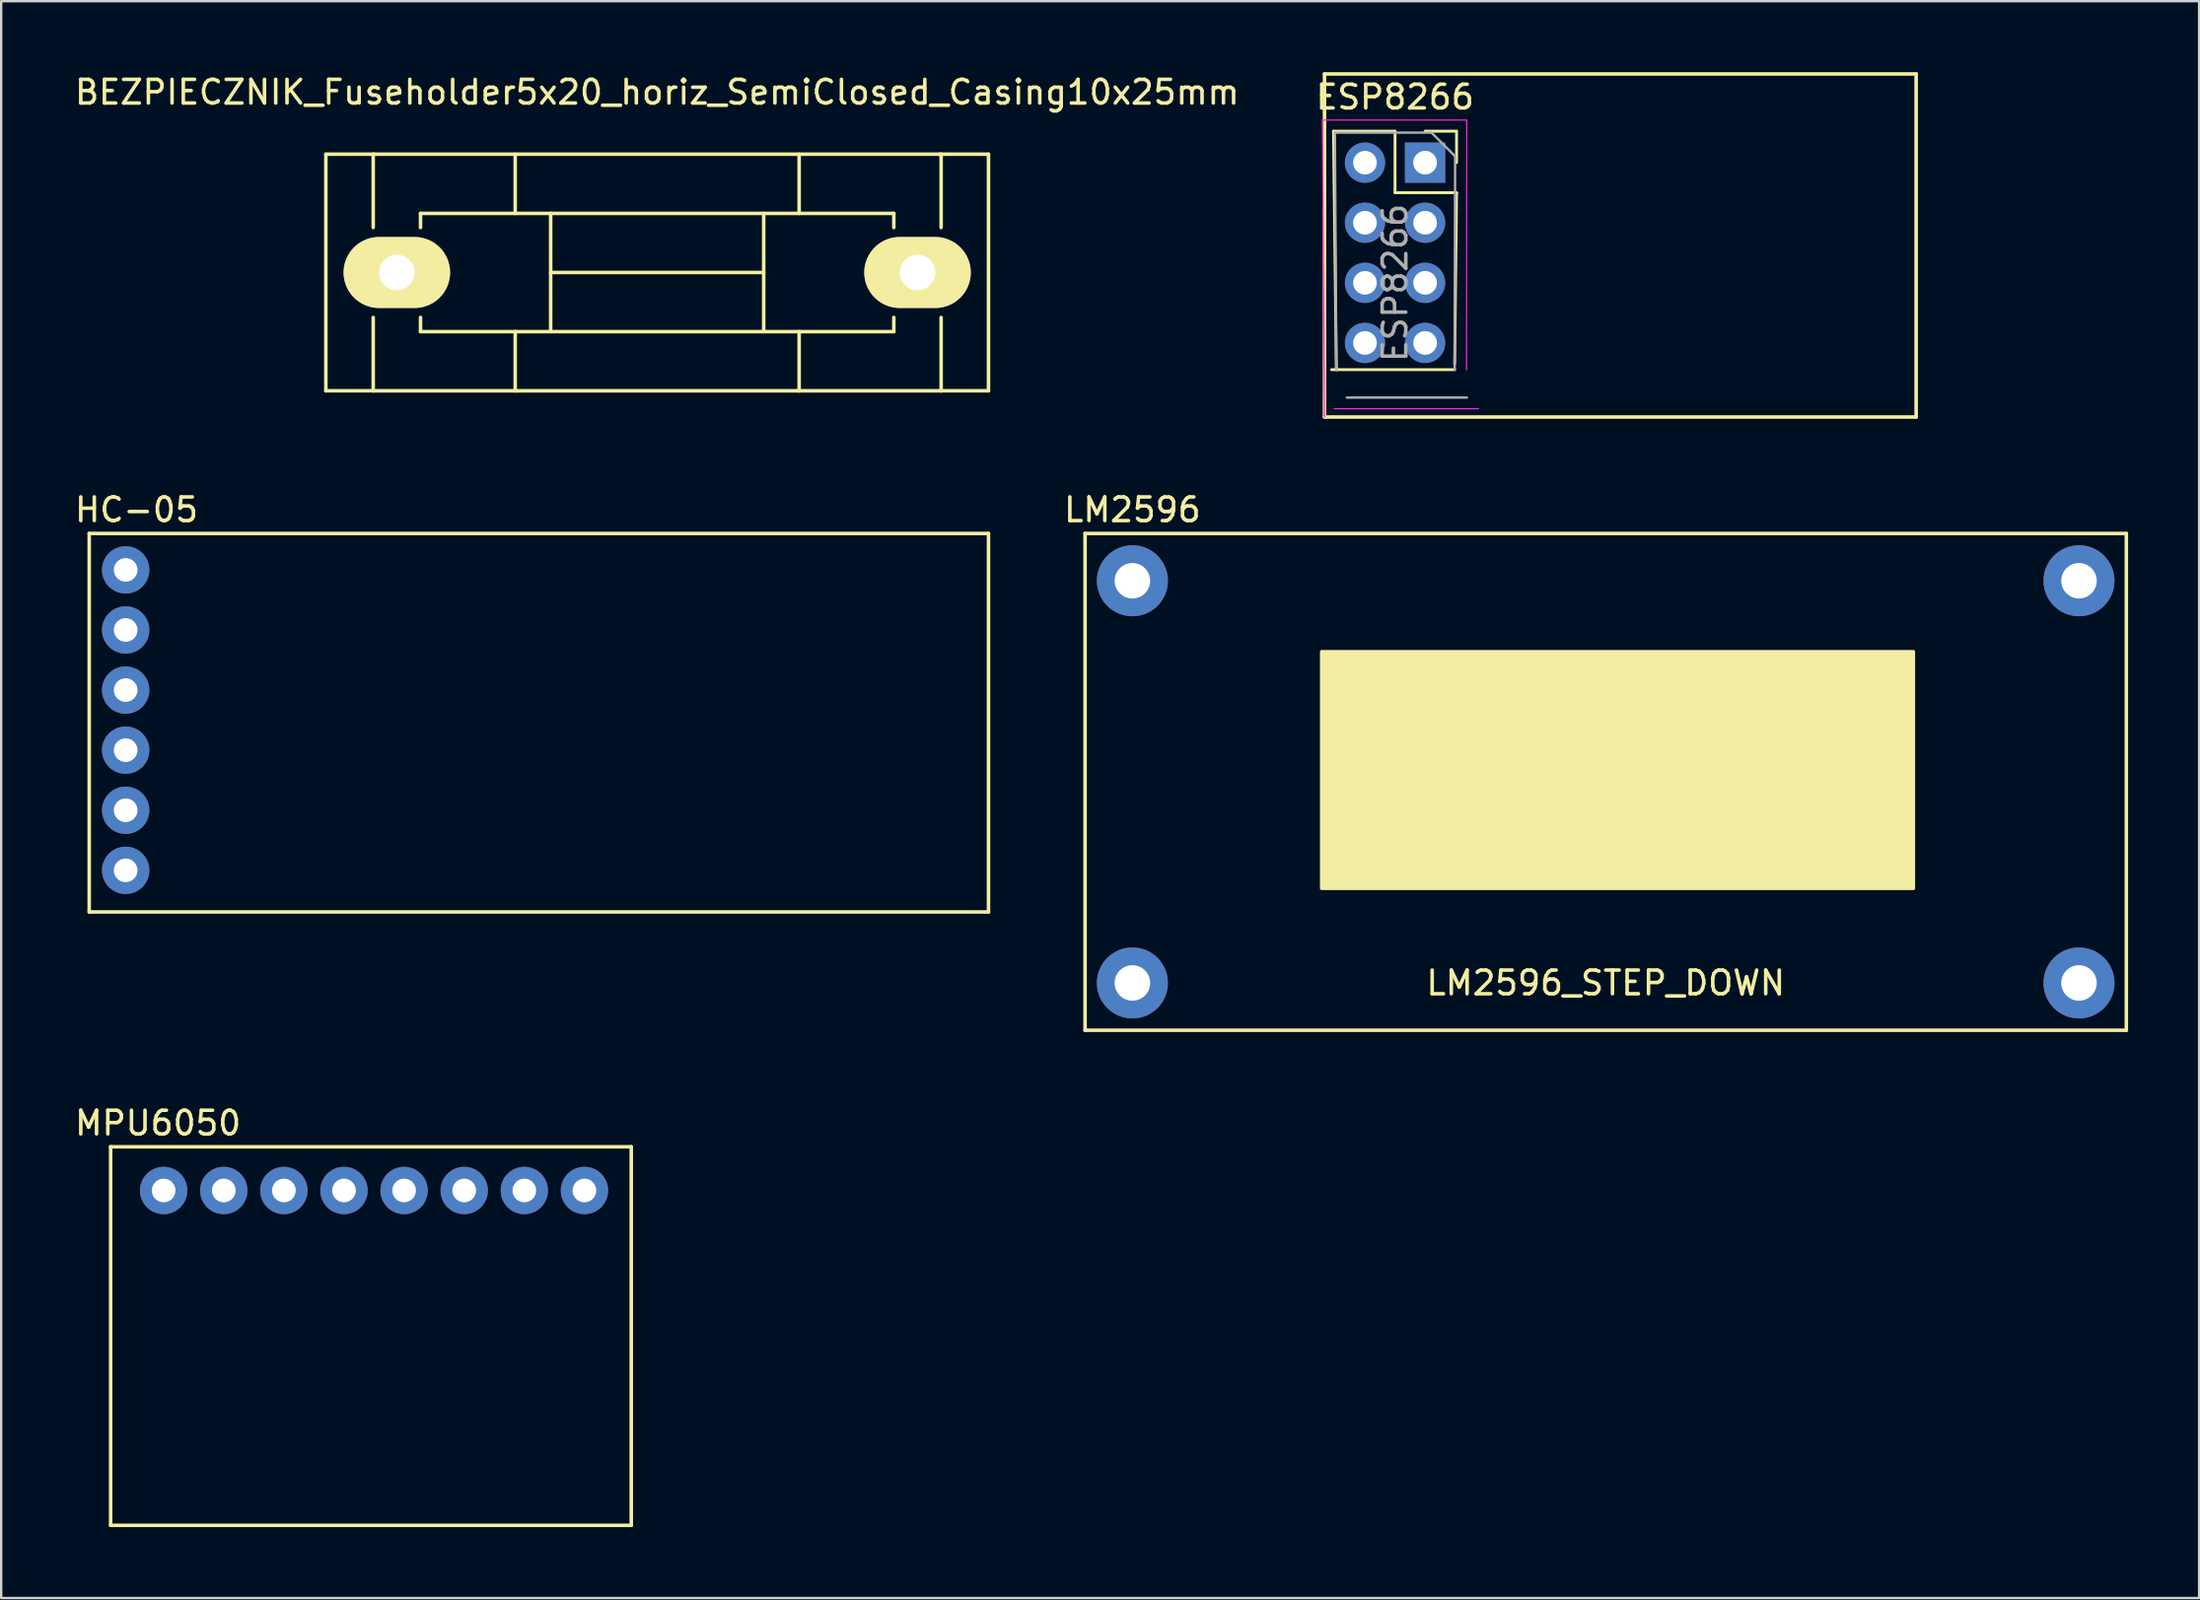
<source format=kicad_pcb>
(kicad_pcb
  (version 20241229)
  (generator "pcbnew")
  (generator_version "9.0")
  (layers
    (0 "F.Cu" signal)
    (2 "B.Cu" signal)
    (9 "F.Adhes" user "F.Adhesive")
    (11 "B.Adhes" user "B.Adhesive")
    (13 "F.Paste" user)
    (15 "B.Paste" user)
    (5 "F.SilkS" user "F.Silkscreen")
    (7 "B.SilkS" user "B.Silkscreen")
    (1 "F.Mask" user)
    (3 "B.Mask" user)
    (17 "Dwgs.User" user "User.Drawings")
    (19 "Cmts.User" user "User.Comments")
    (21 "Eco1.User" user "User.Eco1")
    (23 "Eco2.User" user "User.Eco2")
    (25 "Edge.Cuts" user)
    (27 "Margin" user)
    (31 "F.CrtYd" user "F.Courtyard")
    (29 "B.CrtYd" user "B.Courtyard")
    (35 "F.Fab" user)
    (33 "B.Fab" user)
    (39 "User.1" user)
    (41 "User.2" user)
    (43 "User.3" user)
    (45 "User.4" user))
  (footprint "ESP8266"
    (layer "F.Cu")
    (at 66.669 7.325)
    (property "Reference" "ESP8266" (at -10.77 -6.27 0) (layer "F.SilkS") (effects (font (size 1 1) (thickness 0.15))))
    (attr through_hole)
    (fp_line (start -13.75 -7.25) (end 11.25 -7.25) (stroke (width 0.15) (type solid)) (layer "F.SilkS"))
    (fp_line (start -13.75 7.25) (end -13.75 -7.25) (stroke (width 0.15) (type solid)) (layer "F.SilkS"))
    (fp_line (start -13.45 5.25) (end -8.25 5.25) (stroke (width 0.12) (type solid)) (layer "F.SilkS"))
    (fp_line (start -13.37 -4.83) (end -13.25 5.25) (stroke (width 0.12) (type solid)) (layer "F.SilkS"))
    (fp_line (start -13.37 -4.83) (end -10.77 -4.83) (stroke (width 0.12) (type solid)) (layer "F.SilkS"))
    (fp_line (start -10.77 -4.83) (end -10.77 -2.23) (stroke (width 0.12) (type solid)) (layer "F.SilkS"))
    (fp_line (start -10.77 -2.23) (end -8.17 -2.23) (stroke (width 0.12) (type solid)) (layer "F.SilkS"))
    (fp_line (start -9.5 -4.83) (end -8.17 -4.83) (stroke (width 0.12) (type solid)) (layer "F.SilkS"))
    (fp_line (start -8.17 -4.83) (end -8.17 -3.5) (stroke (width 0.12) (type solid)) (layer "F.SilkS"))
    (fp_line (start -8.17 -2.23) (end -8.25 5) (stroke (width 0.12) (type solid)) (layer "F.SilkS"))
    (fp_line (start 11.25 -7.25) (end 11.25 7.25) (stroke (width 0.15) (type solid)) (layer "F.SilkS"))
    (fp_line (start 11.25 7.25) (end -13.75 7.25) (stroke (width 0.15) (type solid)) (layer "F.SilkS"))
    (fp_line (start -13.84 -5.3) (end -7.74 -5.3) (stroke (width 0.05) (type solid)) (layer "F.CrtYd"))
    (fp_line (start -13.75 7.25) (end -13.84 -5.3) (stroke (width 0.05) (type solid)) (layer "F.CrtYd"))
    (fp_line (start -7.74 -5.3) (end -7.75 5.25) (stroke (width 0.05) (type solid)) (layer "F.CrtYd"))
    (fp_line (start -7.24 6.9) (end -13.34 6.9) (stroke (width 0.05) (type solid)) (layer "F.CrtYd"))
    (fp_line (start -13.31 -4.77) (end -9.23 -4.77) (stroke (width 0.1) (type solid)) (layer "F.Fab"))
    (fp_line (start -13.25 5.25) (end -13.31 -4.77) (stroke (width 0.1) (type solid)) (layer "F.Fab"))
    (fp_line (start -9.23 -4.77) (end -8.23 -3.77) (stroke (width 0.1) (type solid)) (layer "F.Fab"))
    (fp_line (start -8.23 -3.77) (end -8.25 5.25) (stroke (width 0.1) (type solid)) (layer "F.Fab"))
    (fp_line (start -7.73 6.43) (end -12.81 6.43) (stroke (width 0.1) (type solid)) (layer "F.Fab"))
    (fp_text user "${REFERENCE}" (at -10.77 1.58 90) (layer "F.Fab") (effects (font (size 1 1) (thickness 0.15))))
    (pad "1" thru_hole rect (at -9.5 -3.5) (size 1.7 1.7) (drill 1) (layers "*.Cu" "*.Mask"))
    (pad "2" thru_hole oval (at -12.04 -3.5) (size 1.7 1.7) (drill 1) (layers "*.Cu" "*.Mask"))
    (pad "3" thru_hole oval (at -9.5 -0.96) (size 1.7 1.7) (drill 1) (layers "*.Cu" "*.Mask"))
    (pad "4" thru_hole oval (at -12.04 -0.96) (size 1.7 1.7) (drill 1) (layers "*.Cu" "*.Mask"))
    (pad "5" thru_hole oval (at -9.5 1.58) (size 1.7 1.7) (drill 1) (layers "*.Cu" "*.Mask"))
    (pad "6" thru_hole oval (at -12.04 1.58) (size 1.7 1.7) (drill 1) (layers "*.Cu" "*.Mask"))
    (pad "7" thru_hole oval (at -9.5 4.12) (size 1.7 1.7) (drill 1) (layers "*.Cu" "*.Mask"))
    (pad "8" thru_hole oval (at -12.04 4.12) (size 1.7 1.7) (drill 1) (layers "*.Cu" "*.Mask")))
  (footprint "HC-05"
    (layer "F.Cu")
    (at 0.72 19.498)
    (property "Reference" "HC-05" (at 2 -1 0) (layer "F.SilkS") (effects (font (size 1 1) (thickness 0.15))))
    (attr through_hole)
    (fp_line (start 0 0) (end 38 0) (stroke (width 0.15) (type solid)) (layer "F.SilkS"))
    (fp_line (start 0 16) (end 0 0) (stroke (width 0.15) (type solid)) (layer "F.SilkS"))
    (fp_line (start 38 0) (end 38 16) (stroke (width 0.15) (type solid)) (layer "F.SilkS"))
    (fp_line (start 38 16) (end 0 16) (stroke (width 0.15) (type solid)) (layer "F.SilkS"))
    (pad "1" thru_hole circle (at 1.54 1.54) (size 2 2) (drill 1) (layers "*.Cu" "*.Mask"))
    (pad "2" thru_hole circle (at 1.54 4.08) (size 2 2) (drill 1) (layers "*.Cu" "*.Mask"))
    (pad "3" thru_hole circle (at 1.54 6.62) (size 2 2) (drill 1) (layers "*.Cu" "*.Mask"))
    (pad "4" thru_hole circle (at 1.54 9.16) (size 2 2) (drill 1) (layers "*.Cu" "*.Mask"))
    (pad "5" thru_hole circle (at 1.54 11.7) (size 2 2) (drill 1) (layers "*.Cu" "*.Mask"))
    (pad "6" thru_hole circle (at 1.54 14.24) (size 2 2) (drill 1) (layers "*.Cu" "*.Mask")))
  (footprint "BEZPIECZNIK_Fuseholder5x20_horiz_SemiClosed_Casing10x25mm"
    (layer "F.Cu")
    (at 24.72 8.468)
    (property "Reference" "BEZPIECZNIK_Fuseholder5x20_horiz_SemiClosed_Casing10x25mm" (at 0 -7.62 0) (layer "F.SilkS") (effects (font (size 1 1) (thickness 0.15))))
    (attr through_hole)
    (fp_line (start -14 -5) (end -11.96 -5) (stroke (width 0.15) (type solid)) (layer "F.SilkS"))
    (fp_line (start -14 5) (end -14 -5) (stroke (width 0.15) (type solid)) (layer "F.SilkS"))
    (fp_line (start -11.999 -5.001) (end -11.999 -1.9) (stroke (width 0.15) (type solid)) (layer "F.SilkS"))
    (fp_line (start -11.999 1.9) (end -11.999 5.001) (stroke (width 0.15) (type solid)) (layer "F.SilkS"))
    (fp_line (start -11.999 5.001) (end 11.999 5.001) (stroke (width 0.15) (type solid)) (layer "F.SilkS"))
    (fp_line (start -11.99 5) (end -14 5) (stroke (width 0.15) (type solid)) (layer "F.SilkS"))
    (fp_line (start -10 -2.499) (end -10 -1.9) (stroke (width 0.15) (type solid)) (layer "F.SilkS"))
    (fp_line (start -10 1.9) (end -10 2.499) (stroke (width 0.15) (type solid)) (layer "F.SilkS"))
    (fp_line (start -10 2.499) (end 10 2.499) (stroke (width 0.15) (type solid)) (layer "F.SilkS"))
    (fp_line (start -5.999 -2.499) (end -5.999 -5.001) (stroke (width 0.15) (type solid)) (layer "F.SilkS"))
    (fp_line (start -5.999 5.001) (end -5.999 2.499) (stroke (width 0.15) (type solid)) (layer "F.SilkS"))
    (fp_line (start -4.501 -2.499) (end -4.501 2.499) (stroke (width 0.15) (type solid)) (layer "F.SilkS"))
    (fp_line (start -4.501 0) (end 4.501 0) (stroke (width 0.15) (type solid)) (layer "F.SilkS"))
    (fp_line (start 4.501 -2.499) (end 4.501 2.499) (stroke (width 0.15) (type solid)) (layer "F.SilkS"))
    (fp_line (start 5.999 -5.001) (end 5.999 -2.499) (stroke (width 0.15) (type solid)) (layer "F.SilkS"))
    (fp_line (start 5.999 5.001) (end 5.999 2.499) (stroke (width 0.15) (type solid)) (layer "F.SilkS"))
    (fp_line (start 10 -2.499) (end -10 -2.499) (stroke (width 0.15) (type solid)) (layer "F.SilkS"))
    (fp_line (start 10 -1.9) (end 10 -2.499) (stroke (width 0.15) (type solid)) (layer "F.SilkS"))
    (fp_line (start 10 2.499) (end 10 1.9) (stroke (width 0.15) (type solid)) (layer "F.SilkS"))
    (fp_line (start 11.999 -5.001) (end -11.999 -5.001) (stroke (width 0.15) (type solid)) (layer "F.SilkS"))
    (fp_line (start 11.999 -1.9) (end 11.999 -5.001) (stroke (width 0.15) (type solid)) (layer "F.SilkS"))
    (fp_line (start 11.999 5.001) (end 11.999 1.9) (stroke (width 0.15) (type solid)) (layer "F.SilkS"))
    (fp_line (start 12 5) (end 14 5) (stroke (width 0.15) (type solid)) (layer "F.SilkS"))
    (fp_line (start 14 -5) (end 11.92 -5) (stroke (width 0.15) (type solid)) (layer "F.SilkS"))
    (fp_line (start 14 5) (end 14 -5) (stroke (width 0.15) (type solid)) (layer "F.SilkS"))
    (pad "1" thru_hole oval (at -11.001 0 270) (size 3 4.5) (drill 1.501) (layers "*.Cu" "*.Mask" "F.SilkS"))
    (pad "2" thru_hole oval (at 11.001 0 270) (size 3 4.5) (drill 1.501) (layers "*.Cu" "*.Mask" "F.SilkS")))
  (footprint "MPU6050"
    (layer "F.Cu")
    (at 1.625 45.422)
    (property "Reference" "MPU6050" (at 2 -1 0) (layer "F.SilkS") (effects (font (size 1 1) (thickness 0.15))))
    (attr through_hole)
    (fp_line (start 0 0) (end 22 0) (stroke (width 0.15) (type solid)) (layer "F.SilkS"))
    (fp_line (start 0 16) (end 0 0) (stroke (width 0.15) (type solid)) (layer "F.SilkS"))
    (fp_line (start 22 0) (end 22 16) (stroke (width 0.15) (type solid)) (layer "F.SilkS"))
    (fp_line (start 22 16) (end 0 16) (stroke (width 0.15) (type solid)) (layer "F.SilkS"))
    (pad "1" thru_hole circle (at 20.021 1.848) (size 2 2) (drill 1) (layers "*.Cu" "*.Mask"))
    (pad "2" thru_hole circle (at 17.481 1.848) (size 2 2) (drill 1) (layers "*.Cu" "*.Mask"))
    (pad "3" thru_hole circle (at 14.941 1.848) (size 2 2) (drill 1) (layers "*.Cu" "*.Mask"))
    (pad "4" thru_hole circle (at 12.401 1.848) (size 2 2) (drill 1) (layers "*.Cu" "*.Mask"))
    (pad "5" thru_hole circle (at 9.861 1.848) (size 2 2) (drill 1) (layers "*.Cu" "*.Mask"))
    (pad "6" thru_hole circle (at 7.321 1.848) (size 2 2) (drill 1) (layers "*.Cu" "*.Mask"))
    (pad "7" thru_hole circle (at 4.781 1.848) (size 2 2) (drill 1) (layers "*.Cu" "*.Mask"))
    (pad "8" thru_hole circle (at 2.241 1.848) (size 2 2) (drill 1) (layers "*.Cu" "*.Mask")))
  (footprint "LM2596"
    (layer "F.Cu")
    (at 42.801 19.498)
    (property "Reference" "LM2596" (at 2 -1 0) (layer "F.SilkS") (effects (font (size 1 1) (thickness 0.15))))
    (attr through_hole)
    (fp_line (start 0 0) (end 44 0) (stroke (width 0.15) (type solid)) (layer "F.SilkS"))
    (fp_line (start 0 21) (end 0 0) (stroke (width 0.15) (type solid)) (layer "F.SilkS"))
    (fp_line (start 44 0) (end 44 21) (stroke (width 0.15) (type solid)) (layer "F.SilkS"))
    (fp_line (start 44 21) (end 0 21) (stroke (width 0.15) (type solid)) (layer "F.SilkS"))
    (fp_poly (pts (xy 10 5) (xy 10 15) (xy 35 15) (xy 35 5)) (stroke (width 0.15) (type solid)) (fill yes) (layer "F.SilkS"))
    (fp_text user "LM2596_STEP_DOWN" (at 22 19 0) (layer "F.SilkS") (effects (font (size 1 1) (thickness 0.15))))
    (pad "1" thru_hole circle (at 2 2) (size 3 3) (drill 1.5) (layers "*.Cu" "*.Mask"))
    (pad "2" thru_hole circle (at 2 19) (size 3 3) (drill 1.5) (layers "*.Cu" "*.Mask"))
    (pad "3" thru_hole circle (at 42 2) (size 3 3) (drill 1.5) (layers "*.Cu" "*.Mask"))
    (pad "4" thru_hole circle (at 42 19) (size 3 3) (drill 1.5) (layers "*.Cu" "*.Mask")))
  (gr_rect
    (start -3 -3)
    (end 89.876 64.496)
    (stroke (width 0.1) (type default))
    (fill no)
    (layer "Edge.Cuts")))
</source>
